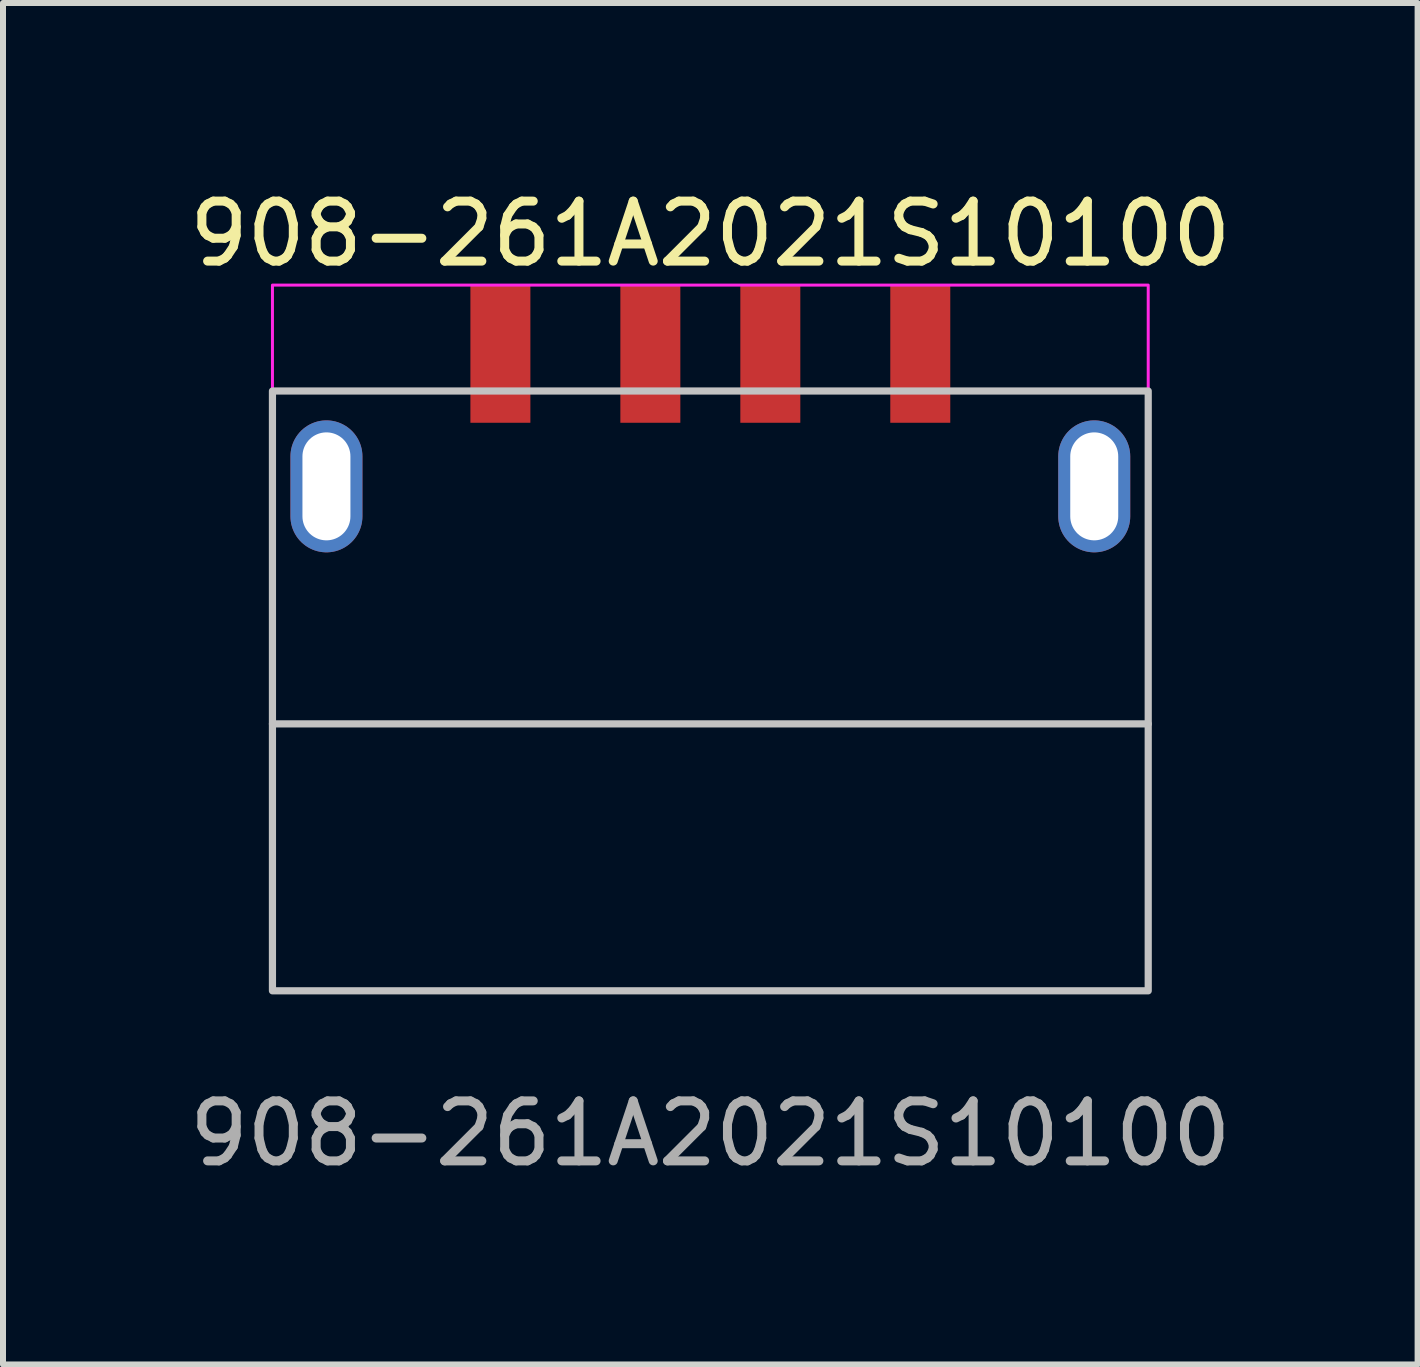
<source format=kicad_pcb>
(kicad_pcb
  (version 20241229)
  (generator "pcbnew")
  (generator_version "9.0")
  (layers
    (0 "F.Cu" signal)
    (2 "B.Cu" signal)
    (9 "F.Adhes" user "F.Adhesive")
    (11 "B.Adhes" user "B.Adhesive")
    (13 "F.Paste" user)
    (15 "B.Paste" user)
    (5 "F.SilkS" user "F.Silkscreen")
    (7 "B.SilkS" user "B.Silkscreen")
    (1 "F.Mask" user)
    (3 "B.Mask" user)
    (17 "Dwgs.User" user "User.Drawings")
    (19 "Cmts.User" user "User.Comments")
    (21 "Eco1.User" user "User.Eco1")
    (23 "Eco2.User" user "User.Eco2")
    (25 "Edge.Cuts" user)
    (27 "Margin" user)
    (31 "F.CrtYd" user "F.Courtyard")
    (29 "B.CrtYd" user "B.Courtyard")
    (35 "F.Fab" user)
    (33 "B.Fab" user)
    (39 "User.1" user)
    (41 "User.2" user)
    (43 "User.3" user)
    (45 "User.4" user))
  (footprint "908-261A2021S10100"
    (layer "F.Cu")
    (at 8.792 3.953)
    (property "Reference" "908-261A2021S10100" (at 0 -3.105 0) (unlocked yes) (layer "F.SilkS") (effects (font (size 1 1) (thickness 0.15))))
    (attr smd)
    (fp_line (start -7.3 5.065) (end 7.3 5.065) (stroke (width 0.12) (type solid)) (layer "Dwgs.User"))
    (fp_rect (start -7.3 -0.485) (end 7.3 9.515) (stroke (width 0.12) (type solid)) (fill no) (layer "Dwgs.User"))
    (fp_rect (start -7.3 -2.25) (end 7.3 9.515) (stroke (width 0.05) (type solid)) (fill no) (layer "F.CrtYd"))
    (fp_text user "${REFERENCE}" (at 0 11.895 0) (unlocked yes) (layer "F.Fab") (effects (font (size 1 1) (thickness 0.15))))
    (pad "1" smd rect (at -3.5 -1.105) (size 1 2.3) (layers "F.Cu" "F.Mask" "F.Paste"))
    (pad "2" smd rect (at -1 -1.105) (size 1 2.3) (layers "F.Cu" "F.Mask" "F.Paste"))
    (pad "3" smd rect (at 1 -1.105) (size 1 2.3) (layers "F.Cu" "F.Mask" "F.Paste"))
    (pad "4" smd rect (at 3.5 -1.105) (size 1 2.3) (layers "F.Cu" "F.Mask" "F.Paste"))
    (pad "5" thru_hole oval (at -6.4 1.105) (size 1.2 2.2) (drill oval 0.8 1.8) (layers "*.Cu" "*.Mask"))
    (pad "5" thru_hole oval (at 6.4 1.105) (size 1.2 2.2) (drill oval 0.8 1.8) (layers "*.Cu" "*.Mask")))
  (gr_rect
    (start -3 -3)
    (end 20.583 19.697)
    (stroke (width 0.1) (type default))
    (fill no)
    (layer "Edge.Cuts")))
</source>
